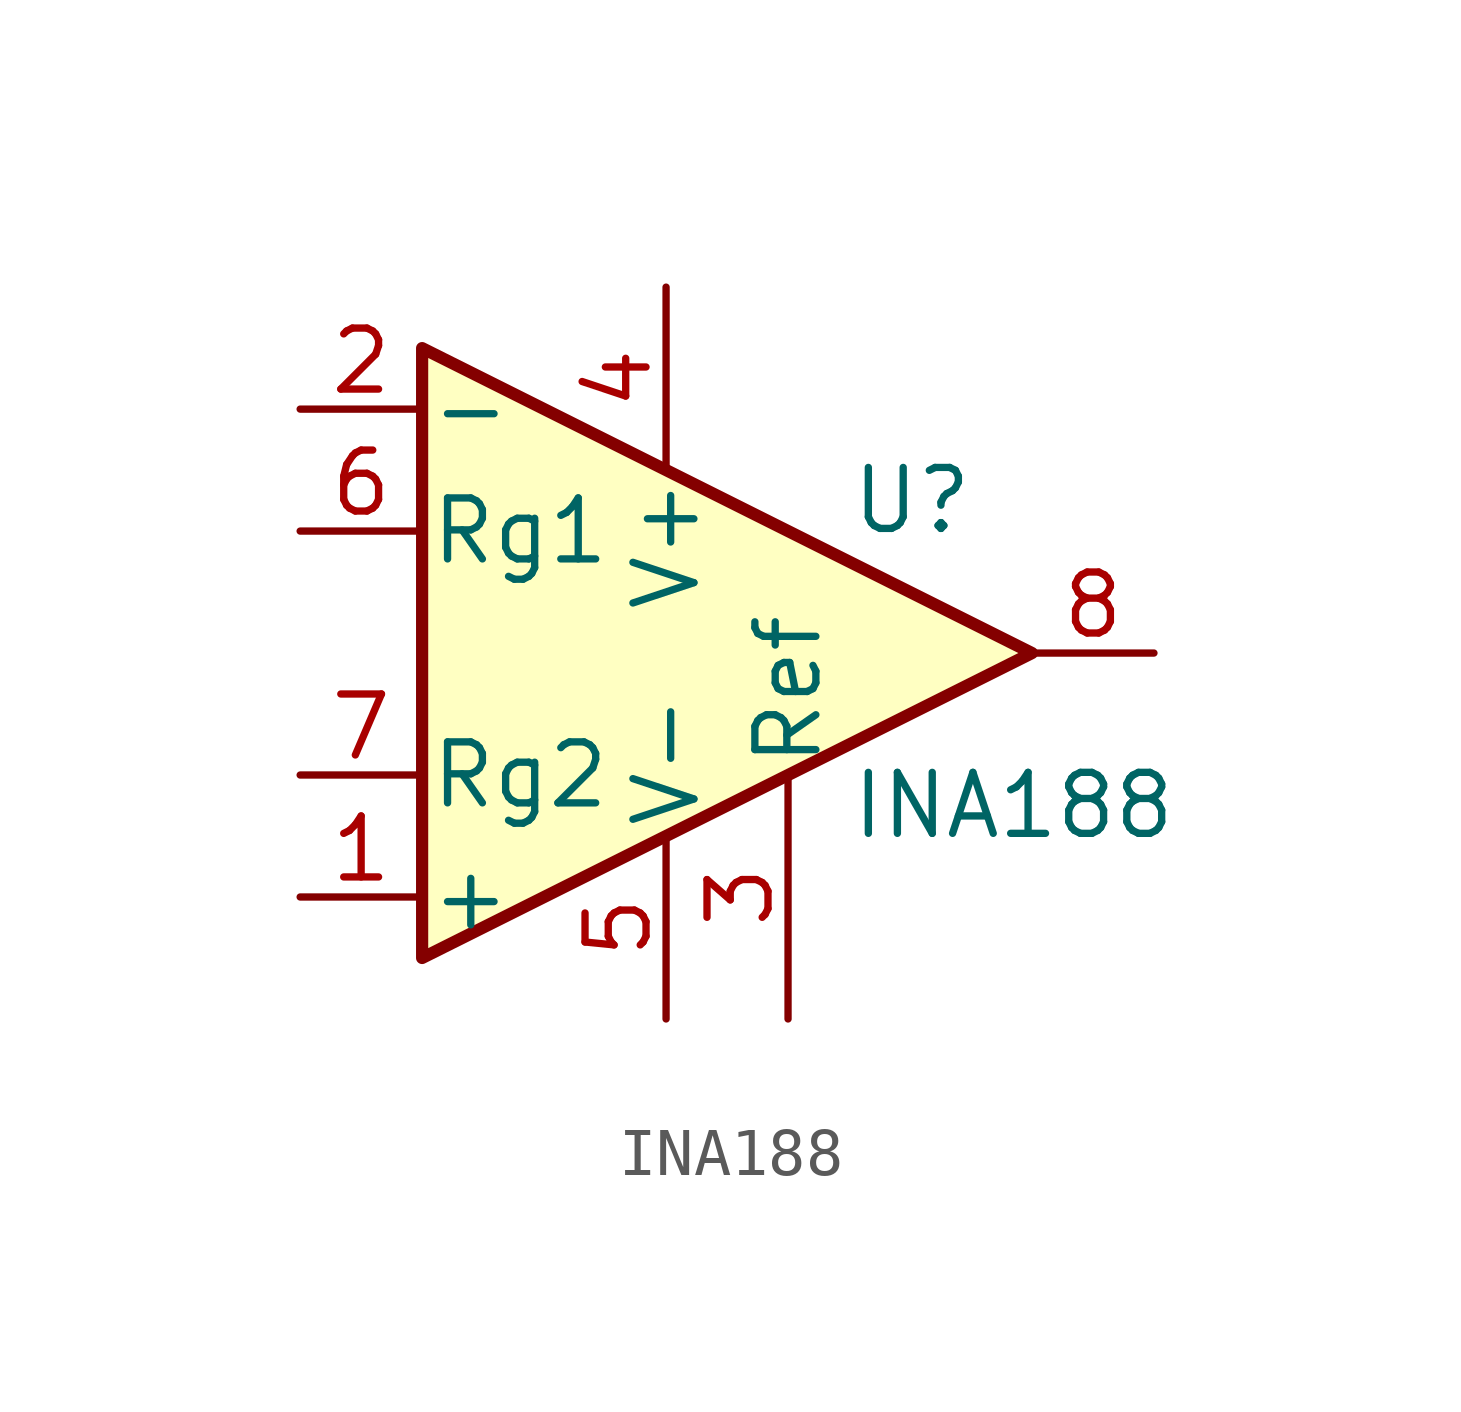
<source format=kicad_sym>
(kicad_symbol_lib
  (version 20211014)
  (generator kicad_symbol_editor)
  (symbol "INA188"
    (pin_names
      (offset 0.127))
    (property "Reference" "U"
      (at 3.81 3.175 0)
      (effects (font (size 1.27 1.27)) (justify left)))
    (property "Value" "INA188"
      (at 3.81 -3.175 0)
      (effects (font (size 1.27 1.27)) (justify left)))
    (symbol "INA188_0_1"
      (polyline (pts (xy 7.62 0) (xy -5.08 6.35) (xy -5.08 -6.35) (xy 7.62 0)) (stroke (width 0.254) (type default) (color 0 0 0 0)) (fill (type background))))
    (symbol "INA188_1_1"
      (pin passive line (at -7.62 -5.08 0) (length 2.54) (name "+" (effects (font (size 1.27 1.27)))) (number "1" (effects (font (size 1.27 1.27)))))
      (pin passive line (at -7.62 5.08 0) (length 2.54) (name "-" (effects (font (size 1.27 1.27)))) (number "2" (effects (font (size 1.27 1.27)))))
      (pin passive line (at 2.54 -7.62 90) (length 5.08) (name "Ref" (effects (font (size 1.27 1.27)))) (number "3" (effects (font (size 1.27 1.27)))))
      (pin passive line (at 0 7.62 270) (length 3.81) (name "V+" (effects (font (size 1.27 1.27)))) (number "4" (effects (font (size 1.27 1.27)))))
      (pin passive line (at 0 -7.62 90) (length 3.81) (name "V-" (effects (font (size 1.27 1.27)))) (number "5" (effects (font (size 1.27 1.27)))))
      (pin passive line (at -7.62 2.54 0) (length 2.54) (name "Rg1" (effects (font (size 1.27 1.27)))) (number "6" (effects (font (size 1.27 1.27)))))
      (pin passive line (at -7.62 -2.54 0) (length 2.54) (name "Rg2" (effects (font (size 1.27 1.27)))) (number "7" (effects (font (size 1.27 1.27)))))
      (pin passive line (at 10.16 0 180) (length 2.54) (name "~" (effects (font (size 1.27 1.27)))) (number "8" (effects (font (size 1.27 1.27))))))))
</source>
